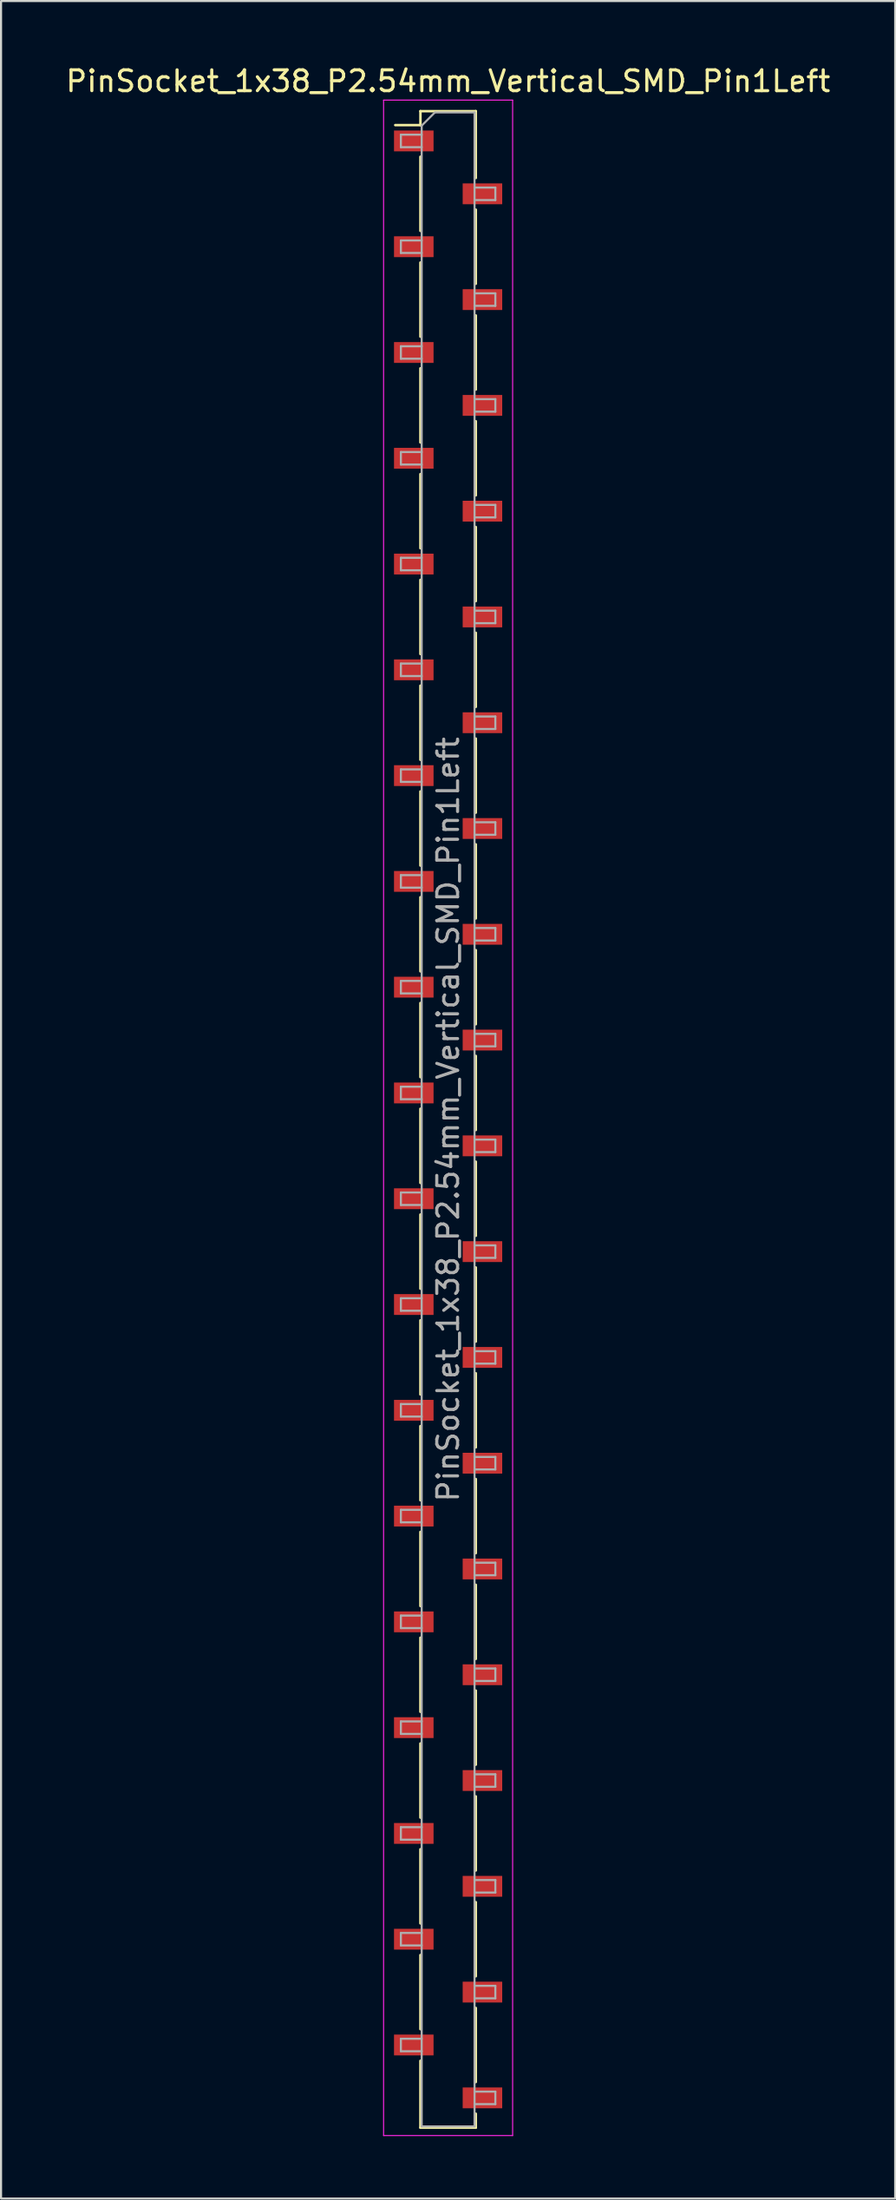
<source format=kicad_pcb>
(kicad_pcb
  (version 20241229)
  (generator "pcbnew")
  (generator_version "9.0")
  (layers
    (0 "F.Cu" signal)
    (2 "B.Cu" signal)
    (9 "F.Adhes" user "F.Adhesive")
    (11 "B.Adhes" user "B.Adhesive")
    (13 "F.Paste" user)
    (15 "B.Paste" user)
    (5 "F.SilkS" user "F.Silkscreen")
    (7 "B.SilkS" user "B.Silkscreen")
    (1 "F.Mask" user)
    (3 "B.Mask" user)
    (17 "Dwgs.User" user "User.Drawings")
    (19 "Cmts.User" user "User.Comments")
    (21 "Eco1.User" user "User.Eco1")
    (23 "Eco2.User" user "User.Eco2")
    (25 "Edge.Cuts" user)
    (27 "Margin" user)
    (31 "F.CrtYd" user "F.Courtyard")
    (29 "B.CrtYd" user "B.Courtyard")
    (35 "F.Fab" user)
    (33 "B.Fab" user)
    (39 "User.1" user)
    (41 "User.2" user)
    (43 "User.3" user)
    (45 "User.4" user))
  (footprint "PinSocket_1x38_P2.54mm_Vertical_SMD_Pin1Left"
    (layer "F.Cu")
    (at 18.482 50.708)
    (property "Reference" "PinSocket_1x38_P2.54mm_Vertical_SMD_Pin1Left" (at 0 -49.86 0) (layer "F.SilkS") (effects (font (size 1 1) (thickness 0.15))))
    (attr smd)
    (fp_line (start -2.54 -47.75) (end -1.33 -47.75) (stroke (width 0.12) (type solid)) (layer "F.SilkS"))
    (fp_line (start -1.33 -48.42) (end -1.33 -47.75) (stroke (width 0.12) (type solid)) (layer "F.SilkS"))
    (fp_line (start -1.33 -48.42) (end 1.33 -48.42) (stroke (width 0.12) (type solid)) (layer "F.SilkS"))
    (fp_line (start -1.33 -46.23) (end -1.33 -42.67) (stroke (width 0.12) (type solid)) (layer "F.SilkS"))
    (fp_line (start -1.33 -41.15) (end -1.33 -37.59) (stroke (width 0.12) (type solid)) (layer "F.SilkS"))
    (fp_line (start -1.33 -36.07) (end -1.33 -32.51) (stroke (width 0.12) (type solid)) (layer "F.SilkS"))
    (fp_line (start -1.33 -30.99) (end -1.33 -27.43) (stroke (width 0.12) (type solid)) (layer "F.SilkS"))
    (fp_line (start -1.33 -25.91) (end -1.33 -22.35) (stroke (width 0.12) (type solid)) (layer "F.SilkS"))
    (fp_line (start -1.33 -20.83) (end -1.33 -17.27) (stroke (width 0.12) (type solid)) (layer "F.SilkS"))
    (fp_line (start -1.33 -15.75) (end -1.33 -12.19) (stroke (width 0.12) (type solid)) (layer "F.SilkS"))
    (fp_line (start -1.33 -10.67) (end -1.33 -7.11) (stroke (width 0.12) (type solid)) (layer "F.SilkS"))
    (fp_line (start -1.33 -5.59) (end -1.33 -2.03) (stroke (width 0.12) (type solid)) (layer "F.SilkS"))
    (fp_line (start -1.33 -0.51) (end -1.33 3.05) (stroke (width 0.12) (type solid)) (layer "F.SilkS"))
    (fp_line (start -1.33 4.57) (end -1.33 8.13) (stroke (width 0.12) (type solid)) (layer "F.SilkS"))
    (fp_line (start -1.33 9.65) (end -1.33 13.21) (stroke (width 0.12) (type solid)) (layer "F.SilkS"))
    (fp_line (start -1.33 14.73) (end -1.33 18.29) (stroke (width 0.12) (type solid)) (layer "F.SilkS"))
    (fp_line (start -1.33 19.81) (end -1.33 23.37) (stroke (width 0.12) (type solid)) (layer "F.SilkS"))
    (fp_line (start -1.33 24.89) (end -1.33 28.45) (stroke (width 0.12) (type solid)) (layer "F.SilkS"))
    (fp_line (start -1.33 29.97) (end -1.33 33.53) (stroke (width 0.12) (type solid)) (layer "F.SilkS"))
    (fp_line (start -1.33 35.05) (end -1.33 38.61) (stroke (width 0.12) (type solid)) (layer "F.SilkS"))
    (fp_line (start -1.33 40.13) (end -1.33 43.69) (stroke (width 0.12) (type solid)) (layer "F.SilkS"))
    (fp_line (start -1.33 45.21) (end -1.33 48.42) (stroke (width 0.12) (type solid)) (layer "F.SilkS"))
    (fp_line (start -1.33 48.42) (end 1.33 48.42) (stroke (width 0.12) (type solid)) (layer "F.SilkS"))
    (fp_line (start 1.33 -48.42) (end 1.33 -45.21) (stroke (width 0.12) (type solid)) (layer "F.SilkS"))
    (fp_line (start 1.33 -43.69) (end 1.33 -40.13) (stroke (width 0.12) (type solid)) (layer "F.SilkS"))
    (fp_line (start 1.33 -38.61) (end 1.33 -35.05) (stroke (width 0.12) (type solid)) (layer "F.SilkS"))
    (fp_line (start 1.33 -33.53) (end 1.33 -29.97) (stroke (width 0.12) (type solid)) (layer "F.SilkS"))
    (fp_line (start 1.33 -28.45) (end 1.33 -24.89) (stroke (width 0.12) (type solid)) (layer "F.SilkS"))
    (fp_line (start 1.33 -23.37) (end 1.33 -19.81) (stroke (width 0.12) (type solid)) (layer "F.SilkS"))
    (fp_line (start 1.33 -18.29) (end 1.33 -14.73) (stroke (width 0.12) (type solid)) (layer "F.SilkS"))
    (fp_line (start 1.33 -13.21) (end 1.33 -9.65) (stroke (width 0.12) (type solid)) (layer "F.SilkS"))
    (fp_line (start 1.33 -8.13) (end 1.33 -4.57) (stroke (width 0.12) (type solid)) (layer "F.SilkS"))
    (fp_line (start 1.33 -3.05) (end 1.33 0.51) (stroke (width 0.12) (type solid)) (layer "F.SilkS"))
    (fp_line (start 1.33 2.03) (end 1.33 5.59) (stroke (width 0.12) (type solid)) (layer "F.SilkS"))
    (fp_line (start 1.33 7.11) (end 1.33 10.67) (stroke (width 0.12) (type solid)) (layer "F.SilkS"))
    (fp_line (start 1.33 12.19) (end 1.33 15.75) (stroke (width 0.12) (type solid)) (layer "F.SilkS"))
    (fp_line (start 1.33 17.27) (end 1.33 20.83) (stroke (width 0.12) (type solid)) (layer "F.SilkS"))
    (fp_line (start 1.33 22.35) (end 1.33 25.91) (stroke (width 0.12) (type solid)) (layer "F.SilkS"))
    (fp_line (start 1.33 27.43) (end 1.33 30.99) (stroke (width 0.12) (type solid)) (layer "F.SilkS"))
    (fp_line (start 1.33 32.51) (end 1.33 36.07) (stroke (width 0.12) (type solid)) (layer "F.SilkS"))
    (fp_line (start 1.33 37.59) (end 1.33 41.15) (stroke (width 0.12) (type solid)) (layer "F.SilkS"))
    (fp_line (start 1.33 42.67) (end 1.33 46.23) (stroke (width 0.12) (type solid)) (layer "F.SilkS"))
    (fp_line (start 1.33 47.75) (end 1.33 48.42) (stroke (width 0.12) (type solid)) (layer "F.SilkS"))
    (fp_line (start -3.1 -48.95) (end 3.1 -48.95) (stroke (width 0.05) (type solid)) (layer "F.CrtYd"))
    (fp_line (start -3.1 48.8) (end -3.1 -48.95) (stroke (width 0.05) (type solid)) (layer "F.CrtYd"))
    (fp_line (start 3.1 -48.95) (end 3.1 48.8) (stroke (width 0.05) (type solid)) (layer "F.CrtYd"))
    (fp_line (start 3.1 48.8) (end -3.1 48.8) (stroke (width 0.05) (type solid)) (layer "F.CrtYd"))
    (fp_line (start -2.27 -47.29) (end -1.27 -47.29) (stroke (width 0.1) (type solid)) (layer "F.Fab"))
    (fp_line (start -2.27 -46.69) (end -2.27 -47.29) (stroke (width 0.1) (type solid)) (layer "F.Fab"))
    (fp_line (start -2.27 -42.21) (end -1.27 -42.21) (stroke (width 0.1) (type solid)) (layer "F.Fab"))
    (fp_line (start -2.27 -41.61) (end -2.27 -42.21) (stroke (width 0.1) (type solid)) (layer "F.Fab"))
    (fp_line (start -2.27 -37.13) (end -1.27 -37.13) (stroke (width 0.1) (type solid)) (layer "F.Fab"))
    (fp_line (start -2.27 -36.53) (end -2.27 -37.13) (stroke (width 0.1) (type solid)) (layer "F.Fab"))
    (fp_line (start -2.27 -32.05) (end -1.27 -32.05) (stroke (width 0.1) (type solid)) (layer "F.Fab"))
    (fp_line (start -2.27 -31.45) (end -2.27 -32.05) (stroke (width 0.1) (type solid)) (layer "F.Fab"))
    (fp_line (start -2.27 -26.97) (end -1.27 -26.97) (stroke (width 0.1) (type solid)) (layer "F.Fab"))
    (fp_line (start -2.27 -26.37) (end -2.27 -26.97) (stroke (width 0.1) (type solid)) (layer "F.Fab"))
    (fp_line (start -2.27 -21.89) (end -1.27 -21.89) (stroke (width 0.1) (type solid)) (layer "F.Fab"))
    (fp_line (start -2.27 -21.29) (end -2.27 -21.89) (stroke (width 0.1) (type solid)) (layer "F.Fab"))
    (fp_line (start -2.27 -16.81) (end -1.27 -16.81) (stroke (width 0.1) (type solid)) (layer "F.Fab"))
    (fp_line (start -2.27 -16.21) (end -2.27 -16.81) (stroke (width 0.1) (type solid)) (layer "F.Fab"))
    (fp_line (start -2.27 -11.73) (end -1.27 -11.73) (stroke (width 0.1) (type solid)) (layer "F.Fab"))
    (fp_line (start -2.27 -11.13) (end -2.27 -11.73) (stroke (width 0.1) (type solid)) (layer "F.Fab"))
    (fp_line (start -2.27 -6.65) (end -1.27 -6.65) (stroke (width 0.1) (type solid)) (layer "F.Fab"))
    (fp_line (start -2.27 -6.05) (end -2.27 -6.65) (stroke (width 0.1) (type solid)) (layer "F.Fab"))
    (fp_line (start -2.27 -1.57) (end -1.27 -1.57) (stroke (width 0.1) (type solid)) (layer "F.Fab"))
    (fp_line (start -2.27 -0.97) (end -2.27 -1.57) (stroke (width 0.1) (type solid)) (layer "F.Fab"))
    (fp_line (start -2.27 3.51) (end -1.27 3.51) (stroke (width 0.1) (type solid)) (layer "F.Fab"))
    (fp_line (start -2.27 4.11) (end -2.27 3.51) (stroke (width 0.1) (type solid)) (layer "F.Fab"))
    (fp_line (start -2.27 8.59) (end -1.27 8.59) (stroke (width 0.1) (type solid)) (layer "F.Fab"))
    (fp_line (start -2.27 9.19) (end -2.27 8.59) (stroke (width 0.1) (type solid)) (layer "F.Fab"))
    (fp_line (start -2.27 13.67) (end -1.27 13.67) (stroke (width 0.1) (type solid)) (layer "F.Fab"))
    (fp_line (start -2.27 14.27) (end -2.27 13.67) (stroke (width 0.1) (type solid)) (layer "F.Fab"))
    (fp_line (start -2.27 18.75) (end -1.27 18.75) (stroke (width 0.1) (type solid)) (layer "F.Fab"))
    (fp_line (start -2.27 19.35) (end -2.27 18.75) (stroke (width 0.1) (type solid)) (layer "F.Fab"))
    (fp_line (start -2.27 23.83) (end -1.27 23.83) (stroke (width 0.1) (type solid)) (layer "F.Fab"))
    (fp_line (start -2.27 24.43) (end -2.27 23.83) (stroke (width 0.1) (type solid)) (layer "F.Fab"))
    (fp_line (start -2.27 28.91) (end -1.27 28.91) (stroke (width 0.1) (type solid)) (layer "F.Fab"))
    (fp_line (start -2.27 29.51) (end -2.27 28.91) (stroke (width 0.1) (type solid)) (layer "F.Fab"))
    (fp_line (start -2.27 33.99) (end -1.27 33.99) (stroke (width 0.1) (type solid)) (layer "F.Fab"))
    (fp_line (start -2.27 34.59) (end -2.27 33.99) (stroke (width 0.1) (type solid)) (layer "F.Fab"))
    (fp_line (start -2.27 39.07) (end -1.27 39.07) (stroke (width 0.1) (type solid)) (layer "F.Fab"))
    (fp_line (start -2.27 39.67) (end -2.27 39.07) (stroke (width 0.1) (type solid)) (layer "F.Fab"))
    (fp_line (start -2.27 44.15) (end -1.27 44.15) (stroke (width 0.1) (type solid)) (layer "F.Fab"))
    (fp_line (start -2.27 44.75) (end -2.27 44.15) (stroke (width 0.1) (type solid)) (layer "F.Fab"))
    (fp_line (start -1.27 -47.725) (end -0.635 -48.36) (stroke (width 0.1) (type solid)) (layer "F.Fab"))
    (fp_line (start -1.27 -46.69) (end -2.27 -46.69) (stroke (width 0.1) (type solid)) (layer "F.Fab"))
    (fp_line (start -1.27 -41.61) (end -2.27 -41.61) (stroke (width 0.1) (type solid)) (layer "F.Fab"))
    (fp_line (start -1.27 -36.53) (end -2.27 -36.53) (stroke (width 0.1) (type solid)) (layer "F.Fab"))
    (fp_line (start -1.27 -31.45) (end -2.27 -31.45) (stroke (width 0.1) (type solid)) (layer "F.Fab"))
    (fp_line (start -1.27 -26.37) (end -2.27 -26.37) (stroke (width 0.1) (type solid)) (layer "F.Fab"))
    (fp_line (start -1.27 -21.29) (end -2.27 -21.29) (stroke (width 0.1) (type solid)) (layer "F.Fab"))
    (fp_line (start -1.27 -16.21) (end -2.27 -16.21) (stroke (width 0.1) (type solid)) (layer "F.Fab"))
    (fp_line (start -1.27 -11.13) (end -2.27 -11.13) (stroke (width 0.1) (type solid)) (layer "F.Fab"))
    (fp_line (start -1.27 -6.05) (end -2.27 -6.05) (stroke (width 0.1) (type solid)) (layer "F.Fab"))
    (fp_line (start -1.27 -0.97) (end -2.27 -0.97) (stroke (width 0.1) (type solid)) (layer "F.Fab"))
    (fp_line (start -1.27 4.11) (end -2.27 4.11) (stroke (width 0.1) (type solid)) (layer "F.Fab"))
    (fp_line (start -1.27 9.19) (end -2.27 9.19) (stroke (width 0.1) (type solid)) (layer "F.Fab"))
    (fp_line (start -1.27 14.27) (end -2.27 14.27) (stroke (width 0.1) (type solid)) (layer "F.Fab"))
    (fp_line (start -1.27 19.35) (end -2.27 19.35) (stroke (width 0.1) (type solid)) (layer "F.Fab"))
    (fp_line (start -1.27 24.43) (end -2.27 24.43) (stroke (width 0.1) (type solid)) (layer "F.Fab"))
    (fp_line (start -1.27 29.51) (end -2.27 29.51) (stroke (width 0.1) (type solid)) (layer "F.Fab"))
    (fp_line (start -1.27 34.59) (end -2.27 34.59) (stroke (width 0.1) (type solid)) (layer "F.Fab"))
    (fp_line (start -1.27 39.67) (end -2.27 39.67) (stroke (width 0.1) (type solid)) (layer "F.Fab"))
    (fp_line (start -1.27 44.75) (end -2.27 44.75) (stroke (width 0.1) (type solid)) (layer "F.Fab"))
    (fp_line (start -1.27 48.36) (end -1.27 -47.725) (stroke (width 0.1) (type solid)) (layer "F.Fab"))
    (fp_line (start -0.635 -48.36) (end 1.27 -48.36) (stroke (width 0.1) (type solid)) (layer "F.Fab"))
    (fp_line (start 1.27 -48.36) (end 1.27 48.36) (stroke (width 0.1) (type solid)) (layer "F.Fab"))
    (fp_line (start 1.27 -44.75) (end 2.27 -44.75) (stroke (width 0.1) (type solid)) (layer "F.Fab"))
    (fp_line (start 1.27 -39.67) (end 2.27 -39.67) (stroke (width 0.1) (type solid)) (layer "F.Fab"))
    (fp_line (start 1.27 -34.59) (end 2.27 -34.59) (stroke (width 0.1) (type solid)) (layer "F.Fab"))
    (fp_line (start 1.27 -29.51) (end 2.27 -29.51) (stroke (width 0.1) (type solid)) (layer "F.Fab"))
    (fp_line (start 1.27 -24.43) (end 2.27 -24.43) (stroke (width 0.1) (type solid)) (layer "F.Fab"))
    (fp_line (start 1.27 -19.35) (end 2.27 -19.35) (stroke (width 0.1) (type solid)) (layer "F.Fab"))
    (fp_line (start 1.27 -14.27) (end 2.27 -14.27) (stroke (width 0.1) (type solid)) (layer "F.Fab"))
    (fp_line (start 1.27 -9.19) (end 2.27 -9.19) (stroke (width 0.1) (type solid)) (layer "F.Fab"))
    (fp_line (start 1.27 -4.11) (end 2.27 -4.11) (stroke (width 0.1) (type solid)) (layer "F.Fab"))
    (fp_line (start 1.27 0.97) (end 2.27 0.97) (stroke (width 0.1) (type solid)) (layer "F.Fab"))
    (fp_line (start 1.27 6.05) (end 2.27 6.05) (stroke (width 0.1) (type solid)) (layer "F.Fab"))
    (fp_line (start 1.27 11.13) (end 2.27 11.13) (stroke (width 0.1) (type solid)) (layer "F.Fab"))
    (fp_line (start 1.27 16.21) (end 2.27 16.21) (stroke (width 0.1) (type solid)) (layer "F.Fab"))
    (fp_line (start 1.27 21.29) (end 2.27 21.29) (stroke (width 0.1) (type solid)) (layer "F.Fab"))
    (fp_line (start 1.27 26.37) (end 2.27 26.37) (stroke (width 0.1) (type solid)) (layer "F.Fab"))
    (fp_line (start 1.27 31.45) (end 2.27 31.45) (stroke (width 0.1) (type solid)) (layer "F.Fab"))
    (fp_line (start 1.27 36.53) (end 2.27 36.53) (stroke (width 0.1) (type solid)) (layer "F.Fab"))
    (fp_line (start 1.27 41.61) (end 2.27 41.61) (stroke (width 0.1) (type solid)) (layer "F.Fab"))
    (fp_line (start 1.27 46.69) (end 2.27 46.69) (stroke (width 0.1) (type solid)) (layer "F.Fab"))
    (fp_line (start 1.27 48.36) (end -1.27 48.36) (stroke (width 0.1) (type solid)) (layer "F.Fab"))
    (fp_line (start 2.27 -44.75) (end 2.27 -44.15) (stroke (width 0.1) (type solid)) (layer "F.Fab"))
    (fp_line (start 2.27 -44.15) (end 1.27 -44.15) (stroke (width 0.1) (type solid)) (layer "F.Fab"))
    (fp_line (start 2.27 -39.67) (end 2.27 -39.07) (stroke (width 0.1) (type solid)) (layer "F.Fab"))
    (fp_line (start 2.27 -39.07) (end 1.27 -39.07) (stroke (width 0.1) (type solid)) (layer "F.Fab"))
    (fp_line (start 2.27 -34.59) (end 2.27 -33.99) (stroke (width 0.1) (type solid)) (layer "F.Fab"))
    (fp_line (start 2.27 -33.99) (end 1.27 -33.99) (stroke (width 0.1) (type solid)) (layer "F.Fab"))
    (fp_line (start 2.27 -29.51) (end 2.27 -28.91) (stroke (width 0.1) (type solid)) (layer "F.Fab"))
    (fp_line (start 2.27 -28.91) (end 1.27 -28.91) (stroke (width 0.1) (type solid)) (layer "F.Fab"))
    (fp_line (start 2.27 -24.43) (end 2.27 -23.83) (stroke (width 0.1) (type solid)) (layer "F.Fab"))
    (fp_line (start 2.27 -23.83) (end 1.27 -23.83) (stroke (width 0.1) (type solid)) (layer "F.Fab"))
    (fp_line (start 2.27 -19.35) (end 2.27 -18.75) (stroke (width 0.1) (type solid)) (layer "F.Fab"))
    (fp_line (start 2.27 -18.75) (end 1.27 -18.75) (stroke (width 0.1) (type solid)) (layer "F.Fab"))
    (fp_line (start 2.27 -14.27) (end 2.27 -13.67) (stroke (width 0.1) (type solid)) (layer "F.Fab"))
    (fp_line (start 2.27 -13.67) (end 1.27 -13.67) (stroke (width 0.1) (type solid)) (layer "F.Fab"))
    (fp_line (start 2.27 -9.19) (end 2.27 -8.59) (stroke (width 0.1) (type solid)) (layer "F.Fab"))
    (fp_line (start 2.27 -8.59) (end 1.27 -8.59) (stroke (width 0.1) (type solid)) (layer "F.Fab"))
    (fp_line (start 2.27 -4.11) (end 2.27 -3.51) (stroke (width 0.1) (type solid)) (layer "F.Fab"))
    (fp_line (start 2.27 -3.51) (end 1.27 -3.51) (stroke (width 0.1) (type solid)) (layer "F.Fab"))
    (fp_line (start 2.27 0.97) (end 2.27 1.57) (stroke (width 0.1) (type solid)) (layer "F.Fab"))
    (fp_line (start 2.27 1.57) (end 1.27 1.57) (stroke (width 0.1) (type solid)) (layer "F.Fab"))
    (fp_line (start 2.27 6.05) (end 2.27 6.65) (stroke (width 0.1) (type solid)) (layer "F.Fab"))
    (fp_line (start 2.27 6.65) (end 1.27 6.65) (stroke (width 0.1) (type solid)) (layer "F.Fab"))
    (fp_line (start 2.27 11.13) (end 2.27 11.73) (stroke (width 0.1) (type solid)) (layer "F.Fab"))
    (fp_line (start 2.27 11.73) (end 1.27 11.73) (stroke (width 0.1) (type solid)) (layer "F.Fab"))
    (fp_line (start 2.27 16.21) (end 2.27 16.81) (stroke (width 0.1) (type solid)) (layer "F.Fab"))
    (fp_line (start 2.27 16.81) (end 1.27 16.81) (stroke (width 0.1) (type solid)) (layer "F.Fab"))
    (fp_line (start 2.27 21.29) (end 2.27 21.89) (stroke (width 0.1) (type solid)) (layer "F.Fab"))
    (fp_line (start 2.27 21.89) (end 1.27 21.89) (stroke (width 0.1) (type solid)) (layer "F.Fab"))
    (fp_line (start 2.27 26.37) (end 2.27 26.97) (stroke (width 0.1) (type solid)) (layer "F.Fab"))
    (fp_line (start 2.27 26.97) (end 1.27 26.97) (stroke (width 0.1) (type solid)) (layer "F.Fab"))
    (fp_line (start 2.27 31.45) (end 2.27 32.05) (stroke (width 0.1) (type solid)) (layer "F.Fab"))
    (fp_line (start 2.27 32.05) (end 1.27 32.05) (stroke (width 0.1) (type solid)) (layer "F.Fab"))
    (fp_line (start 2.27 36.53) (end 2.27 37.13) (stroke (width 0.1) (type solid)) (layer "F.Fab"))
    (fp_line (start 2.27 37.13) (end 1.27 37.13) (stroke (width 0.1) (type solid)) (layer "F.Fab"))
    (fp_line (start 2.27 41.61) (end 2.27 42.21) (stroke (width 0.1) (type solid)) (layer "F.Fab"))
    (fp_line (start 2.27 42.21) (end 1.27 42.21) (stroke (width 0.1) (type solid)) (layer "F.Fab"))
    (fp_line (start 2.27 46.69) (end 2.27 47.29) (stroke (width 0.1) (type solid)) (layer "F.Fab"))
    (fp_line (start 2.27 47.29) (end 1.27 47.29) (stroke (width 0.1) (type solid)) (layer "F.Fab"))
    (fp_text user "${REFERENCE}" (at 0 0 90) (layer "F.Fab") (effects (font (size 1 1) (thickness 0.15))))
    (pad "1" smd rect (at -1.65 -46.99) (size 1.9 1) (layers "F.Cu" "F.Mask" "F.Paste"))
    (pad "2" smd rect (at 1.65 -44.45) (size 1.9 1) (layers "F.Cu" "F.Mask" "F.Paste"))
    (pad "3" smd rect (at -1.65 -41.91) (size 1.9 1) (layers "F.Cu" "F.Mask" "F.Paste"))
    (pad "4" smd rect (at 1.65 -39.37) (size 1.9 1) (layers "F.Cu" "F.Mask" "F.Paste"))
    (pad "5" smd rect (at -1.65 -36.83) (size 1.9 1) (layers "F.Cu" "F.Mask" "F.Paste"))
    (pad "6" smd rect (at 1.65 -34.29) (size 1.9 1) (layers "F.Cu" "F.Mask" "F.Paste"))
    (pad "7" smd rect (at -1.65 -31.75) (size 1.9 1) (layers "F.Cu" "F.Mask" "F.Paste"))
    (pad "8" smd rect (at 1.65 -29.21) (size 1.9 1) (layers "F.Cu" "F.Mask" "F.Paste"))
    (pad "9" smd rect (at -1.65 -26.67) (size 1.9 1) (layers "F.Cu" "F.Mask" "F.Paste"))
    (pad "10" smd rect (at 1.65 -24.13) (size 1.9 1) (layers "F.Cu" "F.Mask" "F.Paste"))
    (pad "11" smd rect (at -1.65 -21.59) (size 1.9 1) (layers "F.Cu" "F.Mask" "F.Paste"))
    (pad "12" smd rect (at 1.65 -19.05) (size 1.9 1) (layers "F.Cu" "F.Mask" "F.Paste"))
    (pad "13" smd rect (at -1.65 -16.51) (size 1.9 1) (layers "F.Cu" "F.Mask" "F.Paste"))
    (pad "14" smd rect (at 1.65 -13.97) (size 1.9 1) (layers "F.Cu" "F.Mask" "F.Paste"))
    (pad "15" smd rect (at -1.65 -11.43) (size 1.9 1) (layers "F.Cu" "F.Mask" "F.Paste"))
    (pad "16" smd rect (at 1.65 -8.89) (size 1.9 1) (layers "F.Cu" "F.Mask" "F.Paste"))
    (pad "17" smd rect (at -1.65 -6.35) (size 1.9 1) (layers "F.Cu" "F.Mask" "F.Paste"))
    (pad "18" smd rect (at 1.65 -3.81) (size 1.9 1) (layers "F.Cu" "F.Mask" "F.Paste"))
    (pad "19" smd rect (at -1.65 -1.27) (size 1.9 1) (layers "F.Cu" "F.Mask" "F.Paste"))
    (pad "20" smd rect (at 1.65 1.27) (size 1.9 1) (layers "F.Cu" "F.Mask" "F.Paste"))
    (pad "21" smd rect (at -1.65 3.81) (size 1.9 1) (layers "F.Cu" "F.Mask" "F.Paste"))
    (pad "22" smd rect (at 1.65 6.35) (size 1.9 1) (layers "F.Cu" "F.Mask" "F.Paste"))
    (pad "23" smd rect (at -1.65 8.89) (size 1.9 1) (layers "F.Cu" "F.Mask" "F.Paste"))
    (pad "24" smd rect (at 1.65 11.43) (size 1.9 1) (layers "F.Cu" "F.Mask" "F.Paste"))
    (pad "25" smd rect (at -1.65 13.97) (size 1.9 1) (layers "F.Cu" "F.Mask" "F.Paste"))
    (pad "26" smd rect (at 1.65 16.51) (size 1.9 1) (layers "F.Cu" "F.Mask" "F.Paste"))
    (pad "27" smd rect (at -1.65 19.05) (size 1.9 1) (layers "F.Cu" "F.Mask" "F.Paste"))
    (pad "28" smd rect (at 1.65 21.59) (size 1.9 1) (layers "F.Cu" "F.Mask" "F.Paste"))
    (pad "29" smd rect (at -1.65 24.13) (size 1.9 1) (layers "F.Cu" "F.Mask" "F.Paste"))
    (pad "30" smd rect (at 1.65 26.67) (size 1.9 1) (layers "F.Cu" "F.Mask" "F.Paste"))
    (pad "31" smd rect (at -1.65 29.21) (size 1.9 1) (layers "F.Cu" "F.Mask" "F.Paste"))
    (pad "32" smd rect (at 1.65 31.75) (size 1.9 1) (layers "F.Cu" "F.Mask" "F.Paste"))
    (pad "33" smd rect (at -1.65 34.29) (size 1.9 1) (layers "F.Cu" "F.Mask" "F.Paste"))
    (pad "34" smd rect (at 1.65 36.83) (size 1.9 1) (layers "F.Cu" "F.Mask" "F.Paste"))
    (pad "35" smd rect (at -1.65 39.37) (size 1.9 1) (layers "F.Cu" "F.Mask" "F.Paste"))
    (pad "36" smd rect (at 1.65 41.91) (size 1.9 1) (layers "F.Cu" "F.Mask" "F.Paste"))
    (pad "37" smd rect (at -1.65 44.45) (size 1.9 1) (layers "F.Cu" "F.Mask" "F.Paste"))
    (pad "38" smd rect (at 1.65 46.99) (size 1.9 1) (layers "F.Cu" "F.Mask" "F.Paste")))
  (gr_rect
    (start -3 -3)
    (end 39.964 102.533)
    (stroke (width 0.1) (type default))
    (fill no)
    (layer "Edge.Cuts")))
</source>
